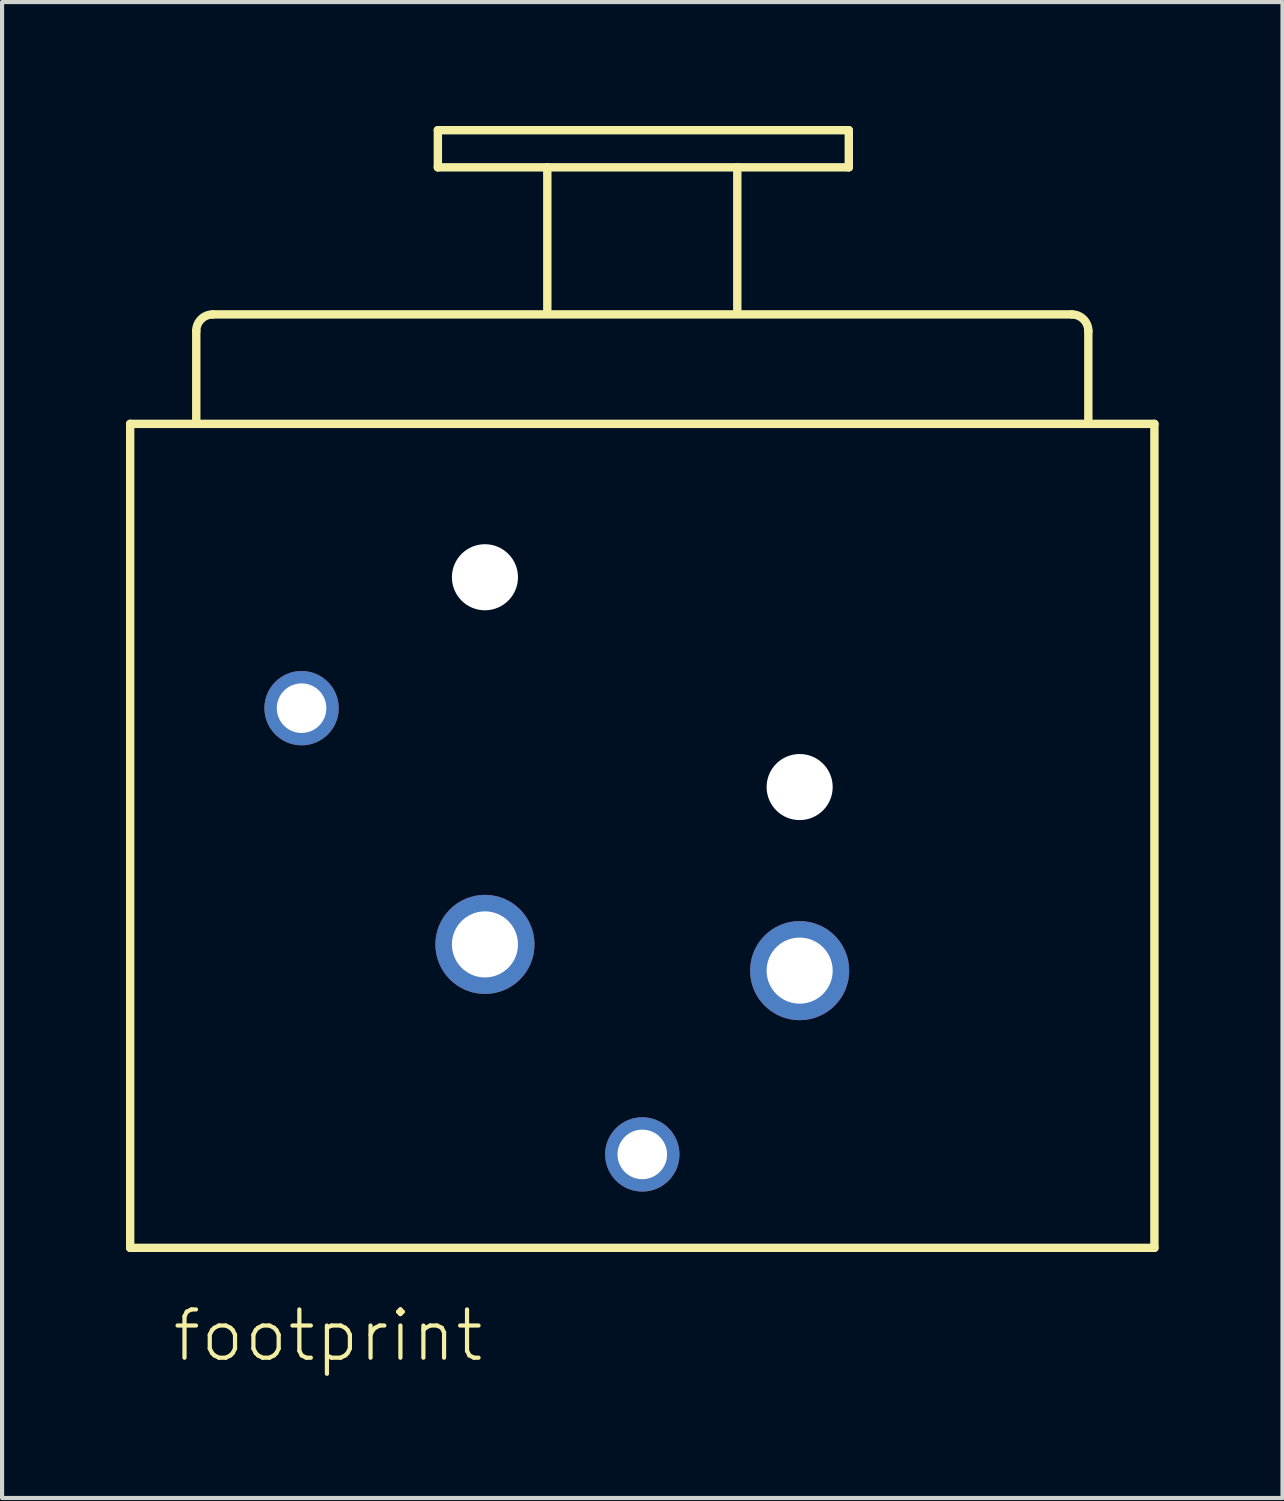
<source format=kicad_pcb>
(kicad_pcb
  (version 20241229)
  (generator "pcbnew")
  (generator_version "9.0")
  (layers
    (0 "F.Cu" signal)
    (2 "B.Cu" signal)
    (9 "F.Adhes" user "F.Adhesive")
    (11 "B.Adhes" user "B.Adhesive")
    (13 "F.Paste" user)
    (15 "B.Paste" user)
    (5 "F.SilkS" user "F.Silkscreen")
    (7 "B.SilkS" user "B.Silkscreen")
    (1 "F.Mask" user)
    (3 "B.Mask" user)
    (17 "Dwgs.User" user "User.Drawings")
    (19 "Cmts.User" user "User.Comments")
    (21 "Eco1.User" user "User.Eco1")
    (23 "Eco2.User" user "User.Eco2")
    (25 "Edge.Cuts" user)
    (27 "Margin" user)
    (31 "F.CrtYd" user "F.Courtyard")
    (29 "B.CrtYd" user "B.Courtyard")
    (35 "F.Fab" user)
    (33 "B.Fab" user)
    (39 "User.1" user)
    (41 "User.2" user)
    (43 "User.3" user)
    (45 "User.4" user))
  (footprint "footprint"
    (layer "F.Cu")
    (at 12.502 20.452)
    (property "Reference" "footprint" (at -11.43 9.52 0) (layer "F.SilkS") (effects (font (size 1.168 1.168) (thickness 0.102)) (justify left bottom)))
    (fp_line (start -12.4 -13.239) (end 12.4 -13.239) (stroke (width 0.203) (type solid)) (layer "F.SilkS"))
    (fp_line (start -12.4 6.712) (end -12.4 -13.239) (stroke (width 0.203) (type solid)) (layer "F.SilkS"))
    (fp_line (start -10.8 -13.338) (end -10.8 -15.489) (stroke (width 0.203) (type solid)) (layer "F.SilkS"))
    (fp_line (start -10.4 -15.889) (end 10.4 -15.889) (stroke (width 0.203) (type solid)) (layer "F.SilkS"))
    (fp_line (start -4.95 -20.35) (end 5 -20.35) (stroke (width 0.203) (type solid)) (layer "F.SilkS"))
    (fp_line (start -4.95 -19.45) (end -4.95 -20.35) (stroke (width 0.203) (type solid)) (layer "F.SilkS"))
    (fp_line (start -2.3 -19.45) (end -4.95 -19.45) (stroke (width 0.203) (type solid)) (layer "F.SilkS"))
    (fp_line (start -2.3 -19.45) (end 2.25 -19.45) (stroke (width 0.203) (type solid)) (layer "F.SilkS"))
    (fp_line (start -2.3 -16) (end -2.3 -19.45) (stroke (width 0.203) (type solid)) (layer "F.SilkS"))
    (fp_line (start 2.3 -19.45) (end 2.3 -16) (stroke (width 0.203) (type solid)) (layer "F.SilkS"))
    (fp_line (start 5 -20.35) (end 5 -19.45) (stroke (width 0.203) (type solid)) (layer "F.SilkS"))
    (fp_line (start 5 -19.45) (end 2.3 -19.45) (stroke (width 0.203) (type solid)) (layer "F.SilkS"))
    (fp_line (start 10.8 -15.489) (end 10.8 -13.338) (stroke (width 0.203) (type solid)) (layer "F.SilkS"))
    (fp_line (start 12.4 -13.239) (end 12.4 6.712) (stroke (width 0.203) (type solid)) (layer "F.SilkS"))
    (fp_line (start 12.4 6.712) (end -12.4 6.712) (stroke (width 0.203) (type solid)) (layer "F.SilkS"))
    (fp_arc (start -10.8 -15.4885) (mid -10.682843 -15.771343) (end -10.4 -15.8885) (stroke (width 0.2032) (type solid)) (layer "F.SilkS"))
    (fp_arc (start 10.4 -15.8885) (mid 10.682843 -15.771343) (end 10.8 -15.4885) (stroke (width 0.2032) (type solid)) (layer "F.SilkS"))
    (pad "" np_thru_hole circle (at -3.81 -9.525) (size 1.6 1.6) (drill 1.6) (layers "*.Cu" "*.Mask"))
    (pad "" np_thru_hole circle (at 3.81 -4.445) (size 1.6 1.6) (drill 1.6) (layers "*.Cu" "*.Mask"))
    (pad "1" thru_hole circle (at -3.81 -0.635) (size 2.4 2.4) (drill 1.6) (layers "*.Cu" "*.Mask"))
    (pad "2" thru_hole circle (at 3.81 0) (size 2.4 2.4) (drill 1.6) (layers "*.Cu" "*.Mask"))
    (pad "3" thru_hole circle (at 0 4.45) (size 1.8 1.8) (drill 1.2) (layers "*.Cu" "*.Mask"))
    (pad "G" thru_hole circle (at -8.25 -6.355) (size 1.8 1.8) (drill 1.2) (layers "*.Cu" "*.Mask")))
  (gr_rect
    (start -3 -3)
    (end 28.003 33.222)
    (stroke (width 0.1) (type default))
    (fill no)
    (layer "Edge.Cuts")))
</source>
